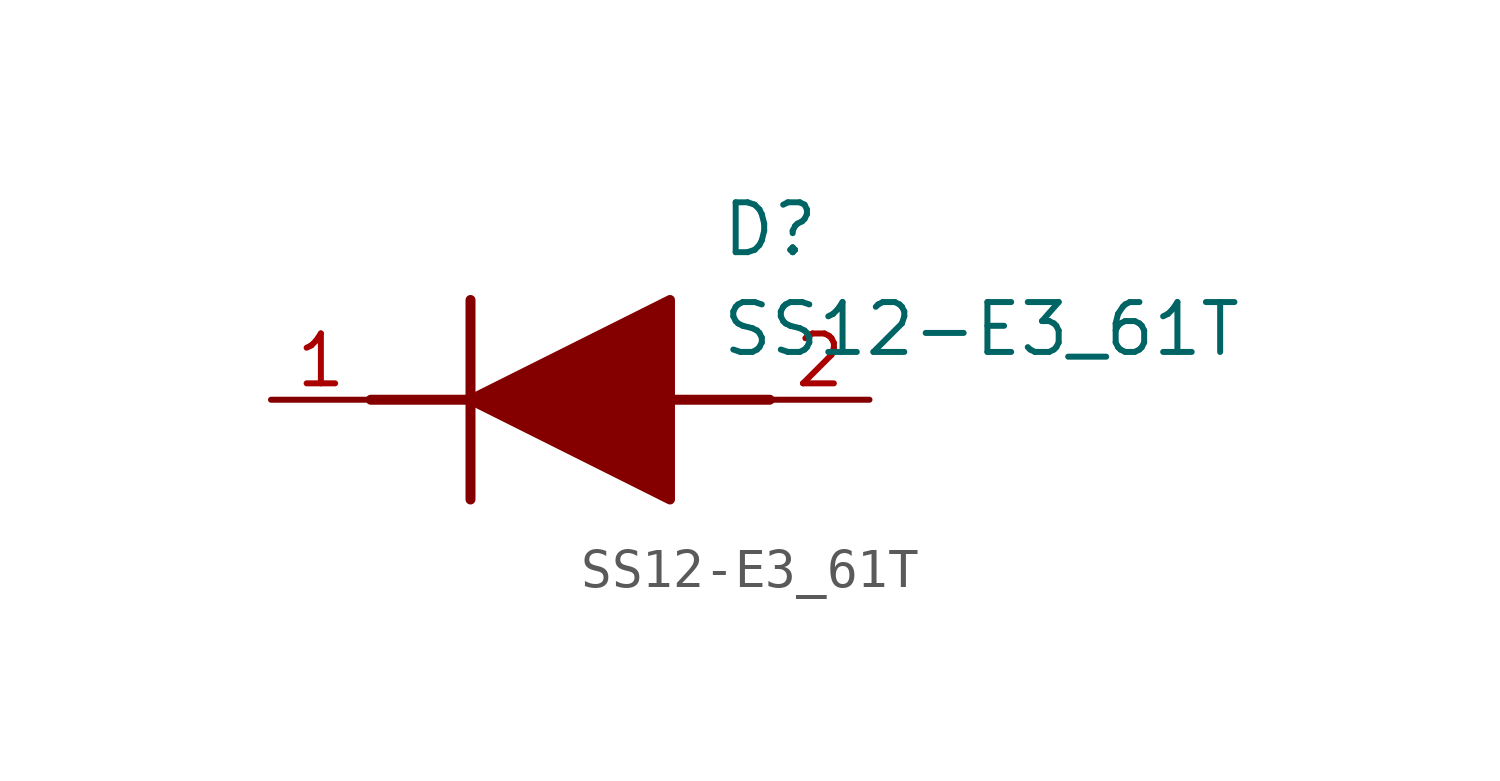
<source format=kicad_sym>
(kicad_symbol_lib
  (version 20211014)
  (generator SamacSys_ECAD_Model)
  (symbol "SS12-E3_61T"
    (pin_names hide)
    (property "Reference" "D"
      (at 11.43 5.08 0)
      (effects (font (size 1.27 1.27)) (justify left top)))
    (property "Value" "SS12-E3_61T"
      (at 11.43 2.54 0)
      (effects (font (size 1.27 1.27)) (justify left top)))
    (polyline
      (pts (xy 5.08 2.54) (xy 5.08 -2.54))
      (stroke (width 0.254) (type default))
      (fill (type none)))
    (polyline
      (pts (xy 2.54 0) (xy 5.08 0))
      (stroke (width 0.254) (type default))
      (fill (type none)))
    (polyline
      (pts (xy 10.16 0) (xy 12.7 0))
      (stroke (width 0.254) (type default))
      (fill (type none)))
    (polyline
      (pts (xy 5.08 0) (xy 10.16 2.54) (xy 10.16 -2.54) (xy 5.08 0))
      (stroke (width 0.254) (type default))
      (fill (type outline)))
    (pin passive line
      (at 0 0 0)
      (length 2.54)
      (name "K" (effects (font (size 1.27 1.27))))
      (number "1" (effects (font (size 1.27 1.27)))))
    (pin passive line
      (at 15.24 0 180)
      (length 2.54)
      (name "A" (effects (font (size 1.27 1.27))))
      (number "2" (effects (font (size 1.27 1.27)))))))
</source>
